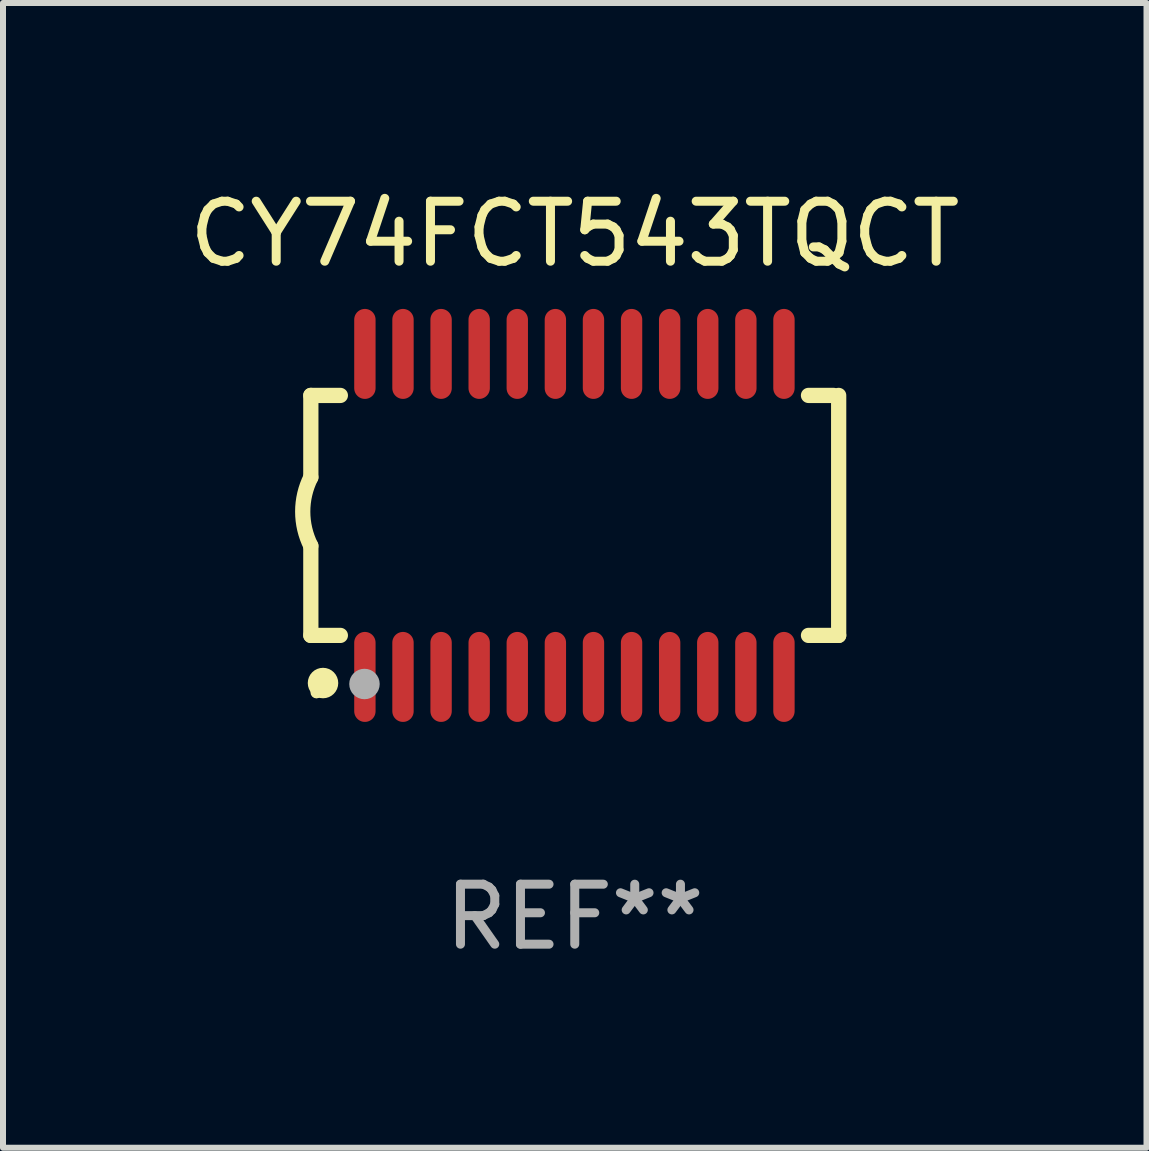
<source format=kicad_pcb>
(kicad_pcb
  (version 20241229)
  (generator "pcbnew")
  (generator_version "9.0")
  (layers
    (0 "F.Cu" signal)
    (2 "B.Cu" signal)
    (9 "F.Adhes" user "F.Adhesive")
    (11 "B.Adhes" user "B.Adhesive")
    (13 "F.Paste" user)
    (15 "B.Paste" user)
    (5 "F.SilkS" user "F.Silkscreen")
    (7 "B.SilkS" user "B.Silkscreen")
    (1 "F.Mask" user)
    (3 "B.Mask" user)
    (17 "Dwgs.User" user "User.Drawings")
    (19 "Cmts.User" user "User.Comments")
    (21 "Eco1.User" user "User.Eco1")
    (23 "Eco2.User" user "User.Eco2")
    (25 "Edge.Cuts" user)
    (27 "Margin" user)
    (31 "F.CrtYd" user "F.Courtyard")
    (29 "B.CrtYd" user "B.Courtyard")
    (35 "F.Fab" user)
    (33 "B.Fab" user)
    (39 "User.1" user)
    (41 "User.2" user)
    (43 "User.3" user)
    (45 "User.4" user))
  (footprint "CY74FCT543TQCT"
    (layer "F.Cu")
    (at 6.53 5.541)
    (property "Reference" "CY74FCT543TQCT" (at 0 -4.692 0) (layer "F.SilkS") (effects (font (size 1 1) (thickness 0.15))))
    (attr through_hole)
    (fp_line (start -4.399 -2) (end -4.399 -0.635) (stroke (width 0.254) (type solid)) (layer "F.SilkS"))
    (fp_line (start -4.399 -2) (end -3.907 -2) (stroke (width 0.254) (type solid)) (layer "F.SilkS"))
    (fp_line (start -4.399 2) (end -4.399 0.508) (stroke (width 0.254) (type solid)) (layer "F.SilkS"))
    (fp_line (start -4.399 2) (end -3.907 2) (stroke (width 0.254) (type solid)) (layer "F.SilkS"))
    (fp_line (start 3.896 -2) (end 4.313 -2) (stroke (width 0.254) (type solid)) (layer "F.SilkS"))
    (fp_line (start 3.896 2) (end 4.399 2) (stroke (width 0.254) (type solid)) (layer "F.SilkS"))
    (fp_line (start 4.399 2) (end 4.399 -2) (stroke (width 0.254) (type solid)) (layer "F.SilkS"))
    (fp_arc (start -4.399301 0.508001) (mid -4.534214 -0.0635) (end -4.399301 -0.635001) (stroke (width 0.254001) (type solid)) (layer "F.SilkS"))
    (fp_circle (center -4.305 2.95) (end -4.255 2.95) (stroke (width 0.1) (type solid)) (fill no) (layer "F.SilkS"))
    (fp_circle (center -4.196 2.794) (end -4.069 2.794) (stroke (width 0.254) (type solid)) (fill no) (layer "F.SilkS"))
    (fp_circle (center -3.505 2.81) (end -3.378 2.81) (stroke (width 0.254) (type solid)) (fill no) (layer "F.Fab"))
    (fp_text user "REF**" (at 0 6.692 0) (layer "F.Fab") (effects (font (size 1 1) (thickness 0.15))))
    (pad "1" smd oval (at -3.498 2.692 90) (size 1.5 0.356) (layers "F.Cu" "F.Mask" "F.Paste"))
    (pad "2" smd oval (at -2.863 2.692 90) (size 1.5 0.356) (layers "F.Cu" "F.Mask" "F.Paste"))
    (pad "3" smd oval (at -2.228 2.692 90) (size 1.5 0.356) (layers "F.Cu" "F.Mask" "F.Paste"))
    (pad "4" smd oval (at -1.593 2.692 90) (size 1.5 0.356) (layers "F.Cu" "F.Mask" "F.Paste"))
    (pad "5" smd oval (at -0.958 2.692 90) (size 1.5 0.356) (layers "F.Cu" "F.Mask" "F.Paste"))
    (pad "6" smd oval (at -0.323 2.692 90) (size 1.5 0.356) (layers "F.Cu" "F.Mask" "F.Paste"))
    (pad "7" smd oval (at 0.312 2.692 90) (size 1.5 0.356) (layers "F.Cu" "F.Mask" "F.Paste"))
    (pad "8" smd oval (at 0.947 2.692 90) (size 1.5 0.356) (layers "F.Cu" "F.Mask" "F.Paste"))
    (pad "9" smd oval (at 1.582 2.692 90) (size 1.5 0.356) (layers "F.Cu" "F.Mask" "F.Paste"))
    (pad "10" smd oval (at 2.217 2.692 90) (size 1.5 0.356) (layers "F.Cu" "F.Mask" "F.Paste"))
    (pad "11" smd oval (at 2.852 2.692 90) (size 1.5 0.356) (layers "F.Cu" "F.Mask" "F.Paste"))
    (pad "12" smd oval (at 3.487 2.692 90) (size 1.5 0.356) (layers "F.Cu" "F.Mask" "F.Paste"))
    (pad "13" smd oval (at 3.487 -2.692 90) (size 1.5 0.356) (layers "F.Cu" "F.Mask" "F.Paste"))
    (pad "14" smd oval (at 2.852 -2.692 90) (size 1.5 0.356) (layers "F.Cu" "F.Mask" "F.Paste"))
    (pad "15" smd oval (at 2.217 -2.692 90) (size 1.5 0.356) (layers "F.Cu" "F.Mask" "F.Paste"))
    (pad "16" smd oval (at 1.582 -2.692 90) (size 1.5 0.356) (layers "F.Cu" "F.Mask" "F.Paste"))
    (pad "17" smd oval (at 0.947 -2.692 90) (size 1.5 0.356) (layers "F.Cu" "F.Mask" "F.Paste"))
    (pad "18" smd oval (at 0.312 -2.692 90) (size 1.5 0.356) (layers "F.Cu" "F.Mask" "F.Paste"))
    (pad "19" smd oval (at -0.323 -2.692 90) (size 1.5 0.356) (layers "F.Cu" "F.Mask" "F.Paste"))
    (pad "20" smd oval (at -0.958 -2.692 90) (size 1.5 0.356) (layers "F.Cu" "F.Mask" "F.Paste"))
    (pad "21" smd oval (at -1.593 -2.692 90) (size 1.5 0.356) (layers "F.Cu" "F.Mask" "F.Paste"))
    (pad "22" smd oval (at -2.228 -2.692 90) (size 1.5 0.356) (layers "F.Cu" "F.Mask" "F.Paste"))
    (pad "23" smd oval (at -2.863 -2.692 90) (size 1.5 0.356) (layers "F.Cu" "F.Mask" "F.Paste"))
    (pad "24" smd oval (at -3.498 -2.692 90) (size 1.5 0.356) (layers "F.Cu" "F.Mask" "F.Paste")))
  (gr_rect
    (start -3 -3)
    (end 16.06 16.081)
    (stroke (width 0.1) (type default))
    (fill no)
    (layer "Edge.Cuts")))
</source>
